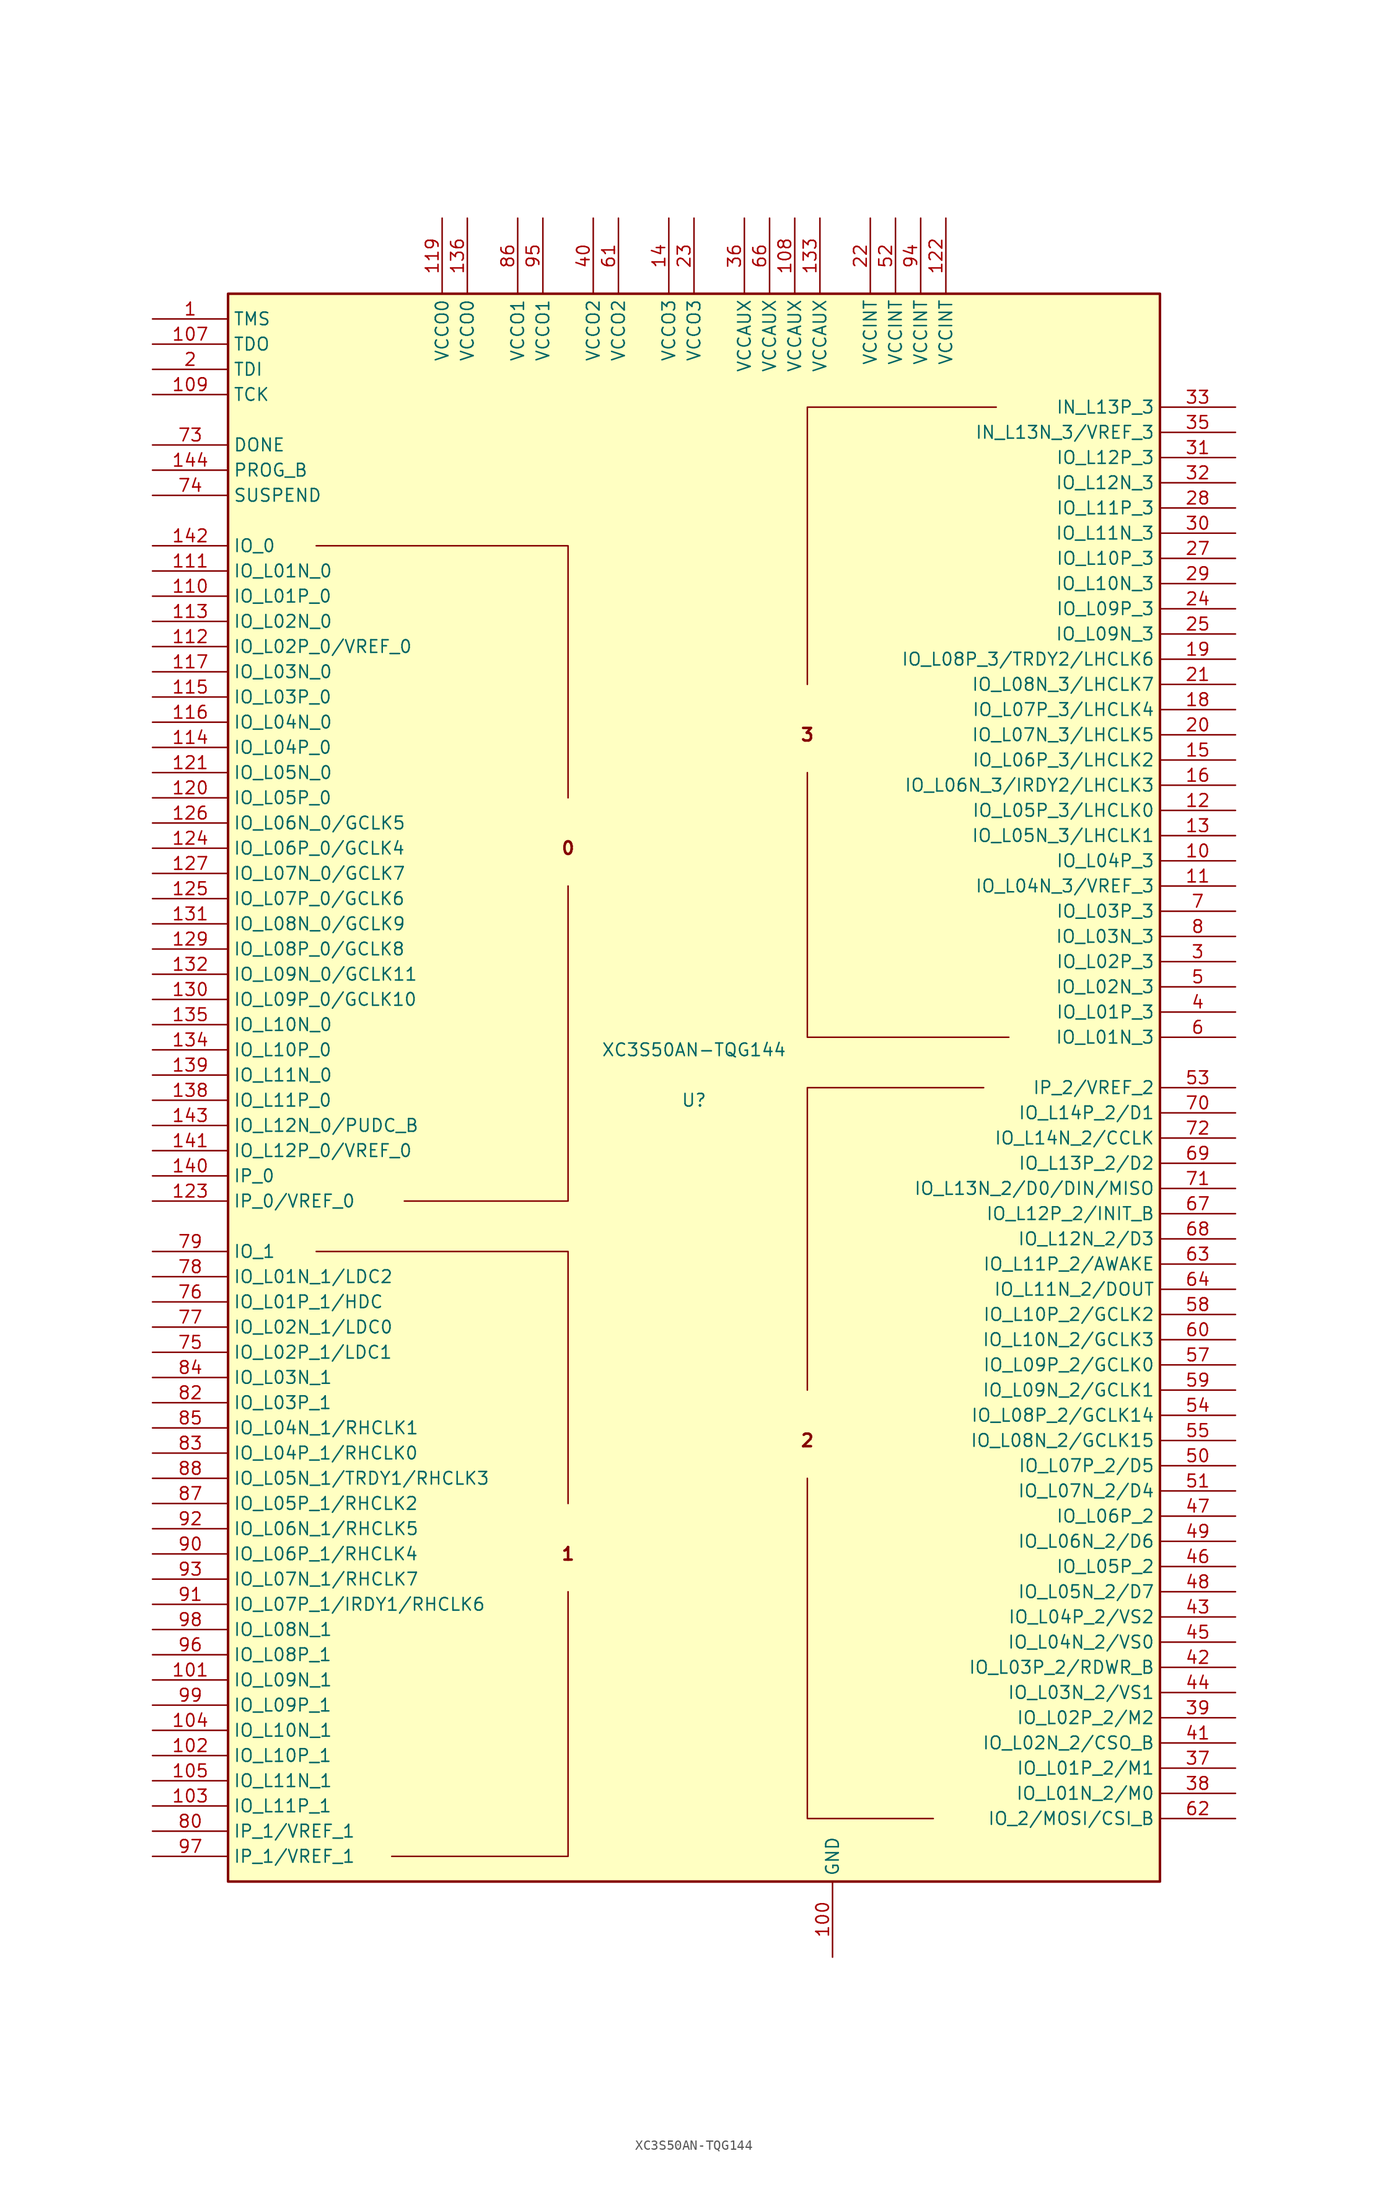
<source format=kicad_sym>
(kicad_symbol_lib
  (version 20220914)
  (generator kicad_symbol_editor)
  (symbol "XC3S50AN-TQG144"
    (property "Reference" "U"
      (at 0 0 0)
      (effects (font (size 1.27 1.27))))
    (property "Value" "XC3S50AN-TQG144"
      (at 0 5.08 0)
      (effects (font (size 1.27 1.27))))
    (symbol "XC3S50AN-TQG144_0_0"
      (text "0" (at -12.7 25.4 0) (effects (font (size 1.27 1.27) bold)))
      (text "1" (at -12.7 -45.72 0) (effects (font (size 1.27 1.27) bold)))
      (text "2" (at 11.43 -34.29 0) (effects (font (size 1.27 1.27) bold)))
      (text "3" (at 11.43 36.83 0) (effects (font (size 1.27 1.27) bold))))
    (symbol "XC3S50AN-TQG144_0_1"
      (rectangle (start -46.99 81.28) (end 46.99 -78.74) (stroke (width 0.254) (type default)) (fill (type background)))
      (polyline (pts (xy -38.1 55.88) (xy -12.7 55.88) (xy -12.7 30.48) (xy -12.7 30.48)) (stroke (width 0) (type default)) (fill (type none)))
      (polyline (pts (xy -29.21 -10.16) (xy -12.7 -10.16) (xy -12.7 21.59) (xy -12.7 21.59)) (stroke (width 0) (type default)) (fill (type none)))
      (polyline (pts (xy -12.7 -40.64) (xy -12.7 -15.24) (xy -38.1 -15.24) (xy -38.1 -15.24)) (stroke (width 0) (type default)) (fill (type none)))
      (polyline (pts (xy 24.13 -72.39) (xy 11.43 -72.39) (xy 11.43 -38.1) (xy 11.43 -38.1)) (stroke (width 0) (type default)) (fill (type none)))
      (polyline (pts (xy 29.21 1.27) (xy 11.43 1.27) (xy 11.43 -29.21) (xy 11.43 -29.21)) (stroke (width 0) (type default)) (fill (type none)))
      (polyline (pts (xy 30.48 69.85) (xy 11.43 69.85) (xy 11.43 41.91) (xy 11.43 41.91)) (stroke (width 0) (type default)) (fill (type none)))
      (polyline (pts (xy 31.75 6.35) (xy 11.43 6.35) (xy 11.43 33.02) (xy 11.43 33.02)) (stroke (width 0) (type default)) (fill (type none)))
      (polyline (pts (xy -30.48 -76.2) (xy -13.97 -76.2) (xy -12.7 -76.2) (xy -12.7 -49.53) (xy -12.7 -49.53)) (stroke (width 0) (type default)) (fill (type none))))
    (symbol "XC3S50AN-TQG144_1_1"
      (pin input line (at -54.61 78.74 0) (length 7.62) (name "TMS" (effects (font (size 1.27 1.27)))) (number "1" (effects (font (size 1.27 1.27)))))
      (pin bidirectional line (at 54.61 24.13 180) (length 7.62) (name "IO_L04P_3" (effects (font (size 1.27 1.27)))) (number "10" (effects (font (size 1.27 1.27)))))
      (pin power_in line (at 13.97 -86.36 90) (length 7.62) (name "GND" (effects (font (size 1.27 1.27)))) (number "100" (effects (font (size 1.27 1.27)))))
      (pin bidirectional line (at -54.61 -58.42 0) (length 7.62) (name "IO_L09N_1" (effects (font (size 1.27 1.27)))) (number "101" (effects (font (size 1.27 1.27)))))
      (pin bidirectional line (at -54.61 -66.04 0) (length 7.62) (name "IO_L10P_1" (effects (font (size 1.27 1.27)))) (number "102" (effects (font (size 1.27 1.27)))))
      (pin bidirectional line (at -54.61 -71.12 0) (length 7.62) (name "IO_L11P_1" (effects (font (size 1.27 1.27)))) (number "103" (effects (font (size 1.27 1.27)))))
      (pin bidirectional line (at -54.61 -63.5 0) (length 7.62) (name "IO_L10N_1" (effects (font (size 1.27 1.27)))) (number "104" (effects (font (size 1.27 1.27)))))
      (pin bidirectional line (at -54.61 -68.58 0) (length 7.62) (name "IO_L11N_1" (effects (font (size 1.27 1.27)))) (number "105" (effects (font (size 1.27 1.27)))))
      (pin passive line (at 13.97 -86.36 90) (length 7.62) hide (name "GND" (effects (font (size 1.27 1.27)))) (number "106" (effects (font (size 1.27 1.27)))))
      (pin output line (at -54.61 76.2 0) (length 7.62) (name "TDO" (effects (font (size 1.27 1.27)))) (number "107" (effects (font (size 1.27 1.27)))))
      (pin power_in line (at 10.16 88.9 270) (length 7.62) (name "VCCAUX" (effects (font (size 1.27 1.27)))) (number "108" (effects (font (size 1.27 1.27)))))
      (pin input line (at -54.61 71.12 0) (length 7.62) (name "TCK" (effects (font (size 1.27 1.27)))) (number "109" (effects (font (size 1.27 1.27)))))
      (pin bidirectional line (at 54.61 21.59 180) (length 7.62) (name "IO_L04N_3/VREF_3" (effects (font (size 1.27 1.27)))) (number "11" (effects (font (size 1.27 1.27)))))
      (pin bidirectional line (at -54.61 50.8 0) (length 7.62) (name "IO_L01P_0" (effects (font (size 1.27 1.27)))) (number "110" (effects (font (size 1.27 1.27)))))
      (pin bidirectional line (at -54.61 53.34 0) (length 7.62) (name "IO_L01N_0" (effects (font (size 1.27 1.27)))) (number "111" (effects (font (size 1.27 1.27)))))
      (pin bidirectional line (at -54.61 45.72 0) (length 7.62) (name "IO_L02P_0/VREF_0" (effects (font (size 1.27 1.27)))) (number "112" (effects (font (size 1.27 1.27)))))
      (pin bidirectional line (at -54.61 48.26 0) (length 7.62) (name "IO_L02N_0" (effects (font (size 1.27 1.27)))) (number "113" (effects (font (size 1.27 1.27)))))
      (pin bidirectional line (at -54.61 35.56 0) (length 7.62) (name "IO_L04P_0" (effects (font (size 1.27 1.27)))) (number "114" (effects (font (size 1.27 1.27)))))
      (pin bidirectional line (at -54.61 40.64 0) (length 7.62) (name "IO_L03P_0" (effects (font (size 1.27 1.27)))) (number "115" (effects (font (size 1.27 1.27)))))
      (pin bidirectional line (at -54.61 38.1 0) (length 7.62) (name "IO_L04N_0" (effects (font (size 1.27 1.27)))) (number "116" (effects (font (size 1.27 1.27)))))
      (pin bidirectional line (at -54.61 43.18 0) (length 7.62) (name "IO_L03N_0" (effects (font (size 1.27 1.27)))) (number "117" (effects (font (size 1.27 1.27)))))
      (pin passive line (at 13.97 -86.36 90) (length 7.62) hide (name "GND" (effects (font (size 1.27 1.27)))) (number "118" (effects (font (size 1.27 1.27)))))
      (pin power_in line (at -25.4 88.9 270) (length 7.62) (name "VCCO0" (effects (font (size 1.27 1.27)))) (number "119" (effects (font (size 1.27 1.27)))))
      (pin bidirectional line (at 54.61 29.21 180) (length 7.62) (name "IO_L05P_3/LHCLK0" (effects (font (size 1.27 1.27)))) (number "12" (effects (font (size 1.27 1.27)))))
      (pin bidirectional line (at -54.61 30.48 0) (length 7.62) (name "IO_L05P_0" (effects (font (size 1.27 1.27)))) (number "120" (effects (font (size 1.27 1.27)))))
      (pin bidirectional line (at -54.61 33.02 0) (length 7.62) (name "IO_L05N_0" (effects (font (size 1.27 1.27)))) (number "121" (effects (font (size 1.27 1.27)))))
      (pin power_in line (at 25.4 88.9 270) (length 7.62) (name "VCCINT" (effects (font (size 1.27 1.27)))) (number "122" (effects (font (size 1.27 1.27)))))
      (pin input line (at -54.61 -10.16 0) (length 7.62) (name "IP_0/VREF_0" (effects (font (size 1.27 1.27)))) (number "123" (effects (font (size 1.27 1.27)))))
      (pin bidirectional line (at -54.61 25.4 0) (length 7.62) (name "IO_L06P_0/GCLK4" (effects (font (size 1.27 1.27)))) (number "124" (effects (font (size 1.27 1.27)))))
      (pin bidirectional line (at -54.61 20.32 0) (length 7.62) (name "IO_L07P_0/GCLK6" (effects (font (size 1.27 1.27)))) (number "125" (effects (font (size 1.27 1.27)))))
      (pin bidirectional line (at -54.61 27.94 0) (length 7.62) (name "IO_L06N_0/GCLK5" (effects (font (size 1.27 1.27)))) (number "126" (effects (font (size 1.27 1.27)))))
      (pin bidirectional line (at -54.61 22.86 0) (length 7.62) (name "IO_L07N_0/GCLK7" (effects (font (size 1.27 1.27)))) (number "127" (effects (font (size 1.27 1.27)))))
      (pin passive line (at 13.97 -86.36 90) (length 7.62) hide (name "GND" (effects (font (size 1.27 1.27)))) (number "128" (effects (font (size 1.27 1.27)))))
      (pin bidirectional line (at -54.61 15.24 0) (length 7.62) (name "IO_L08P_0/GCLK8" (effects (font (size 1.27 1.27)))) (number "129" (effects (font (size 1.27 1.27)))))
      (pin bidirectional line (at 54.61 26.67 180) (length 7.62) (name "IO_L05N_3/LHCLK1" (effects (font (size 1.27 1.27)))) (number "13" (effects (font (size 1.27 1.27)))))
      (pin bidirectional line (at -54.61 10.16 0) (length 7.62) (name "IO_L09P_0/GCLK10" (effects (font (size 1.27 1.27)))) (number "130" (effects (font (size 1.27 1.27)))))
      (pin bidirectional line (at -54.61 17.78 0) (length 7.62) (name "IO_L08N_0/GCLK9" (effects (font (size 1.27 1.27)))) (number "131" (effects (font (size 1.27 1.27)))))
      (pin bidirectional line (at -54.61 12.7 0) (length 7.62) (name "IO_L09N_0/GCLK11" (effects (font (size 1.27 1.27)))) (number "132" (effects (font (size 1.27 1.27)))))
      (pin power_in line (at 12.7 88.9 270) (length 7.62) (name "VCCAUX" (effects (font (size 1.27 1.27)))) (number "133" (effects (font (size 1.27 1.27)))))
      (pin bidirectional line (at -54.61 5.08 0) (length 7.62) (name "IO_L10P_0" (effects (font (size 1.27 1.27)))) (number "134" (effects (font (size 1.27 1.27)))))
      (pin bidirectional line (at -54.61 7.62 0) (length 7.62) (name "IO_L10N_0" (effects (font (size 1.27 1.27)))) (number "135" (effects (font (size 1.27 1.27)))))
      (pin power_in line (at -22.86 88.9 270) (length 7.62) (name "VCCO0" (effects (font (size 1.27 1.27)))) (number "136" (effects (font (size 1.27 1.27)))))
      (pin passive line (at 13.97 -86.36 90) (length 7.62) hide (name "GND" (effects (font (size 1.27 1.27)))) (number "137" (effects (font (size 1.27 1.27)))))
      (pin bidirectional line (at -54.61 0 0) (length 7.62) (name "IO_L11P_0" (effects (font (size 1.27 1.27)))) (number "138" (effects (font (size 1.27 1.27)))))
      (pin bidirectional line (at -54.61 2.54 0) (length 7.62) (name "IO_L11N_0" (effects (font (size 1.27 1.27)))) (number "139" (effects (font (size 1.27 1.27)))))
      (pin passive line (at -2.54 88.9 270) (length 7.62) (name "VCCO3" (effects (font (size 1.27 1.27)))) (number "14" (effects (font (size 1.27 1.27)))))
      (pin input line (at -54.61 -7.62 0) (length 7.62) (name "IP_0" (effects (font (size 1.27 1.27)))) (number "140" (effects (font (size 1.27 1.27)))))
      (pin bidirectional line (at -54.61 -5.08 0) (length 7.62) (name "IO_L12P_0/VREF_0" (effects (font (size 1.27 1.27)))) (number "141" (effects (font (size 1.27 1.27)))))
      (pin bidirectional line (at -54.61 55.88 0) (length 7.62) (name "IO_0" (effects (font (size 1.27 1.27)))) (number "142" (effects (font (size 1.27 1.27)))))
      (pin bidirectional line (at -54.61 -2.54 0) (length 7.62) (name "IO_L12N_0/PUDC_B" (effects (font (size 1.27 1.27)))) (number "143" (effects (font (size 1.27 1.27)))))
      (pin bidirectional line (at -54.61 63.5 0) (length 7.62) (name "PROG_B" (effects (font (size 1.27 1.27)))) (number "144" (effects (font (size 1.27 1.27)))))
      (pin bidirectional line (at 54.61 34.29 180) (length 7.62) (name "IO_L06P_3/LHCLK2" (effects (font (size 1.27 1.27)))) (number "15" (effects (font (size 1.27 1.27)))))
      (pin bidirectional line (at 54.61 31.75 180) (length 7.62) (name "IO_L06N_3/IRDY2/LHCLK3" (effects (font (size 1.27 1.27)))) (number "16" (effects (font (size 1.27 1.27)))))
      (pin passive line (at 13.97 -86.36 90) (length 7.62) hide (name "GND" (effects (font (size 1.27 1.27)))) (number "17" (effects (font (size 1.27 1.27)))))
      (pin bidirectional line (at 54.61 39.37 180) (length 7.62) (name "IO_L07P_3/LHCLK4" (effects (font (size 1.27 1.27)))) (number "18" (effects (font (size 1.27 1.27)))))
      (pin bidirectional line (at 54.61 44.45 180) (length 7.62) (name "IO_L08P_3/TRDY2/LHCLK6" (effects (font (size 1.27 1.27)))) (number "19" (effects (font (size 1.27 1.27)))))
      (pin input line (at -54.61 73.66 0) (length 7.62) (name "TDI" (effects (font (size 1.27 1.27)))) (number "2" (effects (font (size 1.27 1.27)))))
      (pin bidirectional line (at 54.61 36.83 180) (length 7.62) (name "IO_L07N_3/LHCLK5" (effects (font (size 1.27 1.27)))) (number "20" (effects (font (size 1.27 1.27)))))
      (pin bidirectional line (at 54.61 41.91 180) (length 7.62) (name "IO_L08N_3/LHCLK7" (effects (font (size 1.27 1.27)))) (number "21" (effects (font (size 1.27 1.27)))))
      (pin power_in line (at 17.78 88.9 270) (length 7.62) (name "VCCINT" (effects (font (size 1.27 1.27)))) (number "22" (effects (font (size 1.27 1.27)))))
      (pin power_in line (at 0 88.9 270) (length 7.62) (name "VCCO3" (effects (font (size 1.27 1.27)))) (number "23" (effects (font (size 1.27 1.27)))))
      (pin bidirectional line (at 54.61 49.53 180) (length 7.62) (name "IO_L09P_3" (effects (font (size 1.27 1.27)))) (number "24" (effects (font (size 1.27 1.27)))))
      (pin bidirectional line (at 54.61 46.99 180) (length 7.62) (name "IO_L09N_3" (effects (font (size 1.27 1.27)))) (number "25" (effects (font (size 1.27 1.27)))))
      (pin passive line (at 13.97 -86.36 90) (length 7.62) hide (name "GND" (effects (font (size 1.27 1.27)))) (number "26" (effects (font (size 1.27 1.27)))))
      (pin bidirectional line (at 54.61 54.61 180) (length 7.62) (name "IO_L10P_3" (effects (font (size 1.27 1.27)))) (number "27" (effects (font (size 1.27 1.27)))))
      (pin bidirectional line (at 54.61 59.69 180) (length 7.62) (name "IO_L11P_3" (effects (font (size 1.27 1.27)))) (number "28" (effects (font (size 1.27 1.27)))))
      (pin bidirectional line (at 54.61 52.07 180) (length 7.62) (name "IO_L10N_3" (effects (font (size 1.27 1.27)))) (number "29" (effects (font (size 1.27 1.27)))))
      (pin bidirectional line (at 54.61 13.97 180) (length 7.62) (name "IO_L02P_3" (effects (font (size 1.27 1.27)))) (number "3" (effects (font (size 1.27 1.27)))))
      (pin bidirectional line (at 54.61 57.15 180) (length 7.62) (name "IO_L11N_3" (effects (font (size 1.27 1.27)))) (number "30" (effects (font (size 1.27 1.27)))))
      (pin bidirectional line (at 54.61 64.77 180) (length 7.62) (name "IO_L12P_3" (effects (font (size 1.27 1.27)))) (number "31" (effects (font (size 1.27 1.27)))))
      (pin bidirectional line (at 54.61 62.23 180) (length 7.62) (name "IO_L12N_3" (effects (font (size 1.27 1.27)))) (number "32" (effects (font (size 1.27 1.27)))))
      (pin input line (at 54.61 69.85 180) (length 7.62) (name "IN_L13P_3" (effects (font (size 1.27 1.27)))) (number "33" (effects (font (size 1.27 1.27)))))
      (pin passive line (at 13.97 -86.36 90) (length 7.62) hide (name "GND" (effects (font (size 1.27 1.27)))) (number "34" (effects (font (size 1.27 1.27)))))
      (pin input line (at 54.61 67.31 180) (length 7.62) (name "IN_L13N_3/VREF_3" (effects (font (size 1.27 1.27)))) (number "35" (effects (font (size 1.27 1.27)))))
      (pin power_in line (at 5.08 88.9 270) (length 7.62) (name "VCCAUX" (effects (font (size 1.27 1.27)))) (number "36" (effects (font (size 1.27 1.27)))))
      (pin bidirectional line (at 54.61 -67.31 180) (length 7.62) (name "IO_L01P_2/M1" (effects (font (size 1.27 1.27)))) (number "37" (effects (font (size 1.27 1.27)))))
      (pin bidirectional line (at 54.61 -69.85 180) (length 7.62) (name "IO_L01N_2/M0" (effects (font (size 1.27 1.27)))) (number "38" (effects (font (size 1.27 1.27)))))
      (pin bidirectional line (at 54.61 -62.23 180) (length 7.62) (name "IO_L02P_2/M2" (effects (font (size 1.27 1.27)))) (number "39" (effects (font (size 1.27 1.27)))))
      (pin bidirectional line (at 54.61 8.89 180) (length 7.62) (name "IO_L01P_3" (effects (font (size 1.27 1.27)))) (number "4" (effects (font (size 1.27 1.27)))))
      (pin power_in line (at -10.16 88.9 270) (length 7.62) (name "VCCO2" (effects (font (size 1.27 1.27)))) (number "40" (effects (font (size 1.27 1.27)))))
      (pin bidirectional line (at 54.61 -64.77 180) (length 7.62) (name "IO_L02N_2/CSO_B" (effects (font (size 1.27 1.27)))) (number "41" (effects (font (size 1.27 1.27)))))
      (pin bidirectional line (at 54.61 -57.15 180) (length 7.62) (name "IO_L03P_2/RDWR_B" (effects (font (size 1.27 1.27)))) (number "42" (effects (font (size 1.27 1.27)))))
      (pin bidirectional line (at 54.61 -52.07 180) (length 7.62) (name "IO_L04P_2/VS2" (effects (font (size 1.27 1.27)))) (number "43" (effects (font (size 1.27 1.27)))))
      (pin bidirectional line (at 54.61 -59.69 180) (length 7.62) (name "IO_L03N_2/VS1" (effects (font (size 1.27 1.27)))) (number "44" (effects (font (size 1.27 1.27)))))
      (pin bidirectional line (at 54.61 -54.61 180) (length 7.62) (name "IO_L04N_2/VS0" (effects (font (size 1.27 1.27)))) (number "45" (effects (font (size 1.27 1.27)))))
      (pin bidirectional line (at 54.61 -46.99 180) (length 7.62) (name "IO_L05P_2" (effects (font (size 1.27 1.27)))) (number "46" (effects (font (size 1.27 1.27)))))
      (pin bidirectional line (at 54.61 -41.91 180) (length 7.62) (name "IO_L06P_2" (effects (font (size 1.27 1.27)))) (number "47" (effects (font (size 1.27 1.27)))))
      (pin bidirectional line (at 54.61 -49.53 180) (length 7.62) (name "IO_L05N_2/D7" (effects (font (size 1.27 1.27)))) (number "48" (effects (font (size 1.27 1.27)))))
      (pin bidirectional line (at 54.61 -44.45 180) (length 7.62) (name "IO_L06N_2/D6" (effects (font (size 1.27 1.27)))) (number "49" (effects (font (size 1.27 1.27)))))
      (pin bidirectional line (at 54.61 11.43 180) (length 7.62) (name "IO_L02N_3" (effects (font (size 1.27 1.27)))) (number "5" (effects (font (size 1.27 1.27)))))
      (pin bidirectional line (at 54.61 -36.83 180) (length 7.62) (name "IO_L07P_2/D5" (effects (font (size 1.27 1.27)))) (number "50" (effects (font (size 1.27 1.27)))))
      (pin bidirectional line (at 54.61 -39.37 180) (length 7.62) (name "IO_L07N_2/D4" (effects (font (size 1.27 1.27)))) (number "51" (effects (font (size 1.27 1.27)))))
      (pin power_in line (at 20.32 88.9 270) (length 7.62) (name "VCCINT" (effects (font (size 1.27 1.27)))) (number "52" (effects (font (size 1.27 1.27)))))
      (pin input line (at 54.61 1.27 180) (length 7.62) (name "IP_2/VREF_2" (effects (font (size 1.27 1.27)))) (number "53" (effects (font (size 1.27 1.27)))))
      (pin bidirectional line (at 54.61 -31.75 180) (length 7.62) (name "IO_L08P_2/GCLK14" (effects (font (size 1.27 1.27)))) (number "54" (effects (font (size 1.27 1.27)))))
      (pin bidirectional line (at 54.61 -34.29 180) (length 7.62) (name "IO_L08N_2/GCLK15" (effects (font (size 1.27 1.27)))) (number "55" (effects (font (size 1.27 1.27)))))
      (pin passive line (at 13.97 -86.36 90) (length 7.62) hide (name "GND" (effects (font (size 1.27 1.27)))) (number "56" (effects (font (size 1.27 1.27)))))
      (pin bidirectional line (at 54.61 -26.67 180) (length 7.62) (name "IO_L09P_2/GCLK0" (effects (font (size 1.27 1.27)))) (number "57" (effects (font (size 1.27 1.27)))))
      (pin bidirectional line (at 54.61 -21.59 180) (length 7.62) (name "IO_L10P_2/GCLK2" (effects (font (size 1.27 1.27)))) (number "58" (effects (font (size 1.27 1.27)))))
      (pin bidirectional line (at 54.61 -29.21 180) (length 7.62) (name "IO_L09N_2/GCLK1" (effects (font (size 1.27 1.27)))) (number "59" (effects (font (size 1.27 1.27)))))
      (pin bidirectional line (at 54.61 6.35 180) (length 7.62) (name "IO_L01N_3" (effects (font (size 1.27 1.27)))) (number "6" (effects (font (size 1.27 1.27)))))
      (pin bidirectional line (at 54.61 -24.13 180) (length 7.62) (name "IO_L10N_2/GCLK3" (effects (font (size 1.27 1.27)))) (number "60" (effects (font (size 1.27 1.27)))))
      (pin power_in line (at -7.62 88.9 270) (length 7.62) (name "VCCO2" (effects (font (size 1.27 1.27)))) (number "61" (effects (font (size 1.27 1.27)))))
      (pin bidirectional line (at 54.61 -72.39 180) (length 7.62) (name "IO_2/MOSI/CSI_B" (effects (font (size 1.27 1.27)))) (number "62" (effects (font (size 1.27 1.27)))))
      (pin bidirectional line (at 54.61 -16.51 180) (length 7.62) (name "IO_L11P_2/AWAKE" (effects (font (size 1.27 1.27)))) (number "63" (effects (font (size 1.27 1.27)))))
      (pin bidirectional line (at 54.61 -19.05 180) (length 7.62) (name "IO_L11N_2/DOUT" (effects (font (size 1.27 1.27)))) (number "64" (effects (font (size 1.27 1.27)))))
      (pin passive line (at 13.97 -86.36 90) (length 7.62) hide (name "GND" (effects (font (size 1.27 1.27)))) (number "65" (effects (font (size 1.27 1.27)))))
      (pin power_in line (at 7.62 88.9 270) (length 7.62) (name "VCCAUX" (effects (font (size 1.27 1.27)))) (number "66" (effects (font (size 1.27 1.27)))))
      (pin bidirectional line (at 54.61 -11.43 180) (length 7.62) (name "IO_L12P_2/INIT_B" (effects (font (size 1.27 1.27)))) (number "67" (effects (font (size 1.27 1.27)))))
      (pin bidirectional line (at 54.61 -13.97 180) (length 7.62) (name "IO_L12N_2/D3" (effects (font (size 1.27 1.27)))) (number "68" (effects (font (size 1.27 1.27)))))
      (pin bidirectional line (at 54.61 -6.35 180) (length 7.62) (name "IO_L13P_2/D2" (effects (font (size 1.27 1.27)))) (number "69" (effects (font (size 1.27 1.27)))))
      (pin bidirectional line (at 54.61 19.05 180) (length 7.62) (name "IO_L03P_3" (effects (font (size 1.27 1.27)))) (number "7" (effects (font (size 1.27 1.27)))))
      (pin bidirectional line (at 54.61 -1.27 180) (length 7.62) (name "IO_L14P_2/D1" (effects (font (size 1.27 1.27)))) (number "70" (effects (font (size 1.27 1.27)))))
      (pin bidirectional line (at 54.61 -8.89 180) (length 7.62) (name "IO_L13N_2/D0/DIN/MISO" (effects (font (size 1.27 1.27)))) (number "71" (effects (font (size 1.27 1.27)))))
      (pin bidirectional line (at 54.61 -3.81 180) (length 7.62) (name "IO_L14N_2/CCLK" (effects (font (size 1.27 1.27)))) (number "72" (effects (font (size 1.27 1.27)))))
      (pin bidirectional line (at -54.61 66.04 0) (length 7.62) (name "DONE" (effects (font (size 1.27 1.27)))) (number "73" (effects (font (size 1.27 1.27)))))
      (pin input line (at -54.61 60.96 0) (length 7.62) (name "SUSPEND" (effects (font (size 1.27 1.27)))) (number "74" (effects (font (size 1.27 1.27)))))
      (pin bidirectional line (at -54.61 -25.4 0) (length 7.62) (name "IO_L02P_1/LDC1" (effects (font (size 1.27 1.27)))) (number "75" (effects (font (size 1.27 1.27)))))
      (pin bidirectional line (at -54.61 -20.32 0) (length 7.62) (name "IO_L01P_1/HDC" (effects (font (size 1.27 1.27)))) (number "76" (effects (font (size 1.27 1.27)))))
      (pin bidirectional line (at -54.61 -22.86 0) (length 7.62) (name "IO_L02N_1/LDC0" (effects (font (size 1.27 1.27)))) (number "77" (effects (font (size 1.27 1.27)))))
      (pin bidirectional line (at -54.61 -17.78 0) (length 7.62) (name "IO_L01N_1/LDC2" (effects (font (size 1.27 1.27)))) (number "78" (effects (font (size 1.27 1.27)))))
      (pin bidirectional line (at -54.61 -15.24 0) (length 7.62) (name "IO_1" (effects (font (size 1.27 1.27)))) (number "79" (effects (font (size 1.27 1.27)))))
      (pin bidirectional line (at 54.61 16.51 180) (length 7.62) (name "IO_L03N_3" (effects (font (size 1.27 1.27)))) (number "8" (effects (font (size 1.27 1.27)))))
      (pin input line (at -54.61 -73.66 0) (length 7.62) (name "IP_1/VREF_1" (effects (font (size 1.27 1.27)))) (number "80" (effects (font (size 1.27 1.27)))))
      (pin passive line (at 13.97 -86.36 90) (length 7.62) hide (name "GND" (effects (font (size 1.27 1.27)))) (number "81" (effects (font (size 1.27 1.27)))))
      (pin bidirectional line (at -54.61 -30.48 0) (length 7.62) (name "IO_L03P_1" (effects (font (size 1.27 1.27)))) (number "82" (effects (font (size 1.27 1.27)))))
      (pin bidirectional line (at -54.61 -35.56 0) (length 7.62) (name "IO_L04P_1/RHCLK0" (effects (font (size 1.27 1.27)))) (number "83" (effects (font (size 1.27 1.27)))))
      (pin bidirectional line (at -54.61 -27.94 0) (length 7.62) (name "IO_L03N_1" (effects (font (size 1.27 1.27)))) (number "84" (effects (font (size 1.27 1.27)))))
      (pin bidirectional line (at -54.61 -33.02 0) (length 7.62) (name "IO_L04N_1/RHCLK1" (effects (font (size 1.27 1.27)))) (number "85" (effects (font (size 1.27 1.27)))))
      (pin power_in line (at -17.78 88.9 270) (length 7.62) (name "VCCO1" (effects (font (size 1.27 1.27)))) (number "86" (effects (font (size 1.27 1.27)))))
      (pin bidirectional line (at -54.61 -40.64 0) (length 7.62) (name "IO_L05P_1/RHCLK2" (effects (font (size 1.27 1.27)))) (number "87" (effects (font (size 1.27 1.27)))))
      (pin bidirectional line (at -54.61 -38.1 0) (length 7.62) (name "IO_L05N_1/TRDY1/RHCLK3" (effects (font (size 1.27 1.27)))) (number "88" (effects (font (size 1.27 1.27)))))
      (pin passive line (at 13.97 -86.36 90) (length 7.62) hide (name "GND" (effects (font (size 1.27 1.27)))) (number "89" (effects (font (size 1.27 1.27)))))
      (pin passive line (at 13.97 -86.36 90) (length 7.62) hide (name "GND" (effects (font (size 1.27 1.27)))) (number "9" (effects (font (size 1.27 1.27)))))
      (pin bidirectional line (at -54.61 -45.72 0) (length 7.62) (name "IO_L06P_1/RHCLK4" (effects (font (size 1.27 1.27)))) (number "90" (effects (font (size 1.27 1.27)))))
      (pin bidirectional line (at -54.61 -50.8 0) (length 7.62) (name "IO_L07P_1/IRDY1/RHCLK6" (effects (font (size 1.27 1.27)))) (number "91" (effects (font (size 1.27 1.27)))))
      (pin bidirectional line (at -54.61 -43.18 0) (length 7.62) (name "IO_L06N_1/RHCLK5" (effects (font (size 1.27 1.27)))) (number "92" (effects (font (size 1.27 1.27)))))
      (pin bidirectional line (at -54.61 -48.26 0) (length 7.62) (name "IO_L07N_1/RHCLK7" (effects (font (size 1.27 1.27)))) (number "93" (effects (font (size 1.27 1.27)))))
      (pin power_in line (at 22.86 88.9 270) (length 7.62) (name "VCCINT" (effects (font (size 1.27 1.27)))) (number "94" (effects (font (size 1.27 1.27)))))
      (pin power_in line (at -15.24 88.9 270) (length 7.62) (name "VCCO1" (effects (font (size 1.27 1.27)))) (number "95" (effects (font (size 1.27 1.27)))))
      (pin bidirectional line (at -54.61 -55.88 0) (length 7.62) (name "IO_L08P_1" (effects (font (size 1.27 1.27)))) (number "96" (effects (font (size 1.27 1.27)))))
      (pin input line (at -54.61 -76.2 0) (length 7.62) (name "IP_1/VREF_1" (effects (font (size 1.27 1.27)))) (number "97" (effects (font (size 1.27 1.27)))))
      (pin bidirectional line (at -54.61 -53.34 0) (length 7.62) (name "IO_L08N_1" (effects (font (size 1.27 1.27)))) (number "98" (effects (font (size 1.27 1.27)))))
      (pin bidirectional line (at -54.61 -60.96 0) (length 7.62) (name "IO_L09P_1" (effects (font (size 1.27 1.27)))) (number "99" (effects (font (size 1.27 1.27))))))))
</source>
